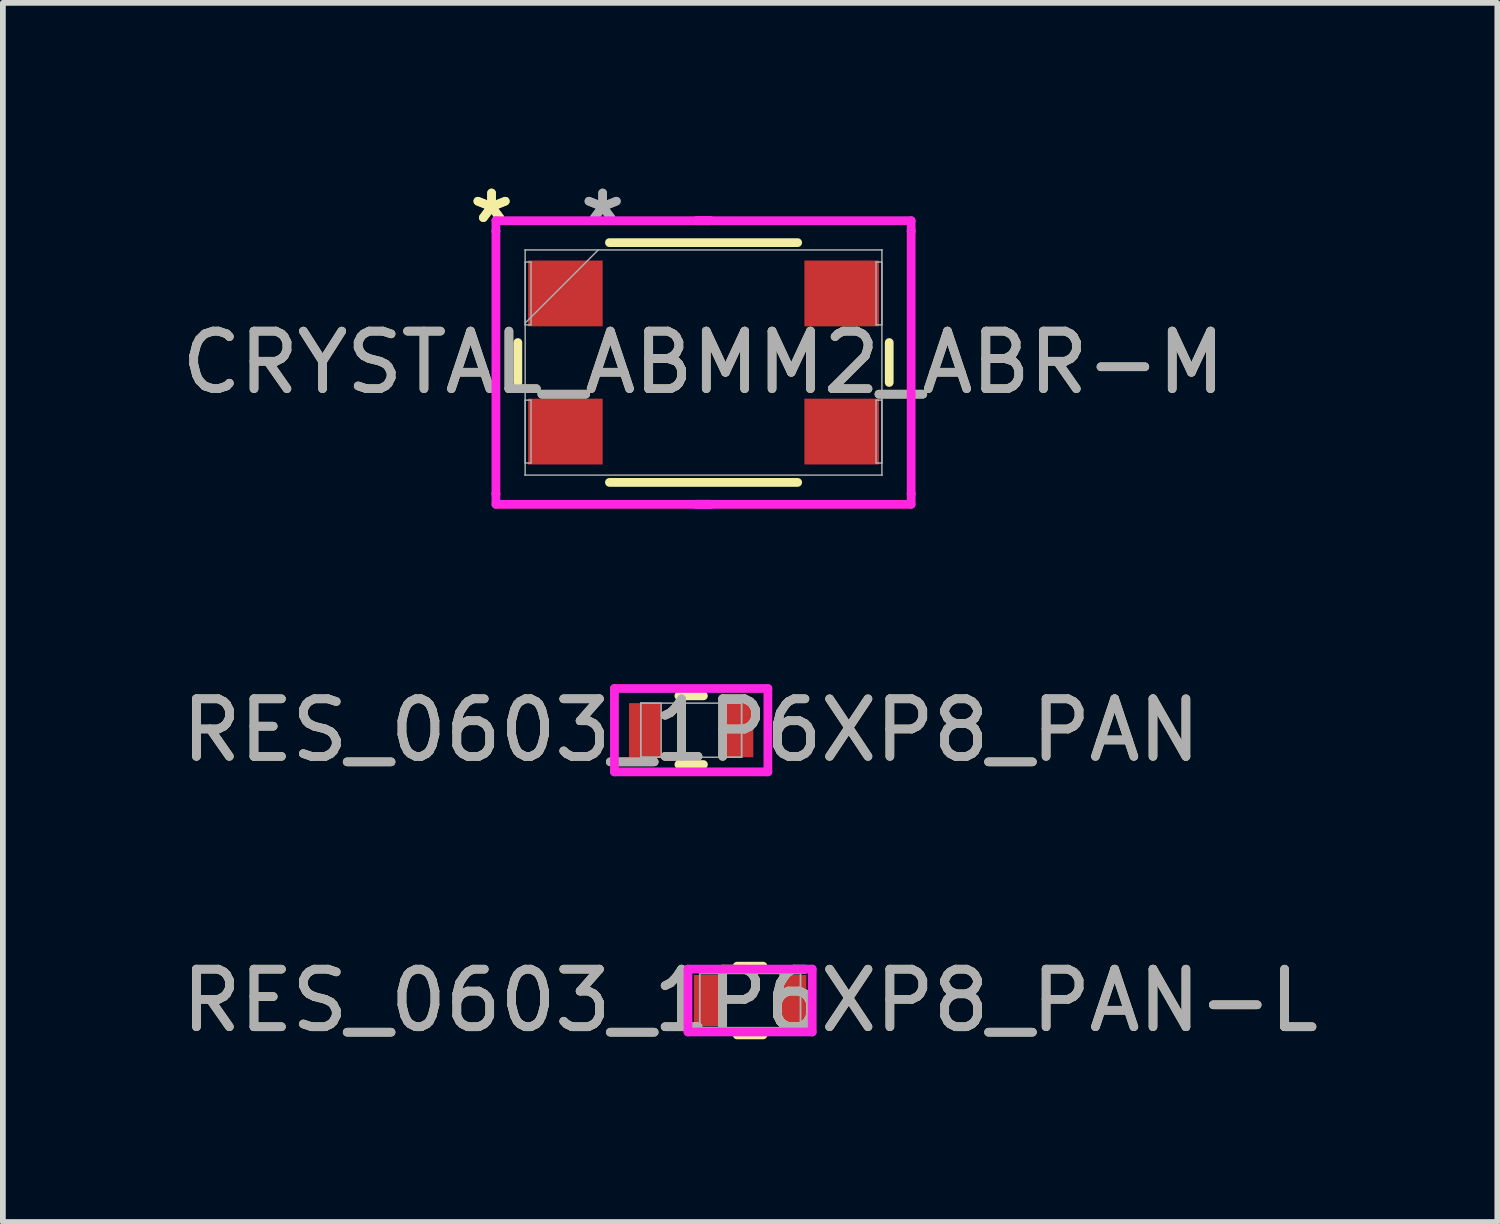
<source format=kicad_pcb>
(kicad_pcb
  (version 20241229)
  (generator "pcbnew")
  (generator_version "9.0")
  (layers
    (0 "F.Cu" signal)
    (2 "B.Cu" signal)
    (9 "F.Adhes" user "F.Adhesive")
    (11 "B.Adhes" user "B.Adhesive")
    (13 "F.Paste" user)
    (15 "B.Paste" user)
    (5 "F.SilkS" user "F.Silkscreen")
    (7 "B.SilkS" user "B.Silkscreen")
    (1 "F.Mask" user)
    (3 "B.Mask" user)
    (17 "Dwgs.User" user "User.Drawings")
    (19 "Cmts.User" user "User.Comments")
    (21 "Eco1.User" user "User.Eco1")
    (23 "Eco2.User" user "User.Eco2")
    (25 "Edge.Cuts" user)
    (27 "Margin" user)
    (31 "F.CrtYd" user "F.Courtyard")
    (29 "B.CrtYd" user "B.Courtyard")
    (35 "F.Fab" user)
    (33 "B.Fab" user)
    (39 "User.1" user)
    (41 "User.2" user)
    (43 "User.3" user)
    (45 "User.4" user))
  (footprint "RES_0603_1P6XP8_PAN"
    (layer "F.Cu")
    (at 8.958 9.636)
    (property "Reference" "RES_0603_1P6XP8_PAN" (at 0 0 0) (unlocked yes) (layer "F.SilkS") (effects (font (size 1 1) (thickness 0.15))))
    (attr smd)
    (fp_line (start -0.213 0.597) (end 0.213 0.597) (stroke (width 0.152) (type solid)) (layer "F.SilkS"))
    (fp_line (start 0.213 -0.597) (end -0.213 -0.597) (stroke (width 0.152) (type solid)) (layer "F.SilkS"))
    (fp_line (start -1.333 -0.724) (end 1.333 -0.724) (stroke (width 0.152) (type solid)) (layer "F.CrtYd"))
    (fp_line (start -1.333 0.724) (end -1.333 -0.724) (stroke (width 0.152) (type solid)) (layer "F.CrtYd"))
    (fp_line (start 1.333 -0.724) (end 1.333 0.724) (stroke (width 0.152) (type solid)) (layer "F.CrtYd"))
    (fp_line (start 1.333 0.724) (end -1.333 0.724) (stroke (width 0.152) (type solid)) (layer "F.CrtYd"))
    (fp_line (start -0.876 -0.47) (end -0.876 0.47) (stroke (width 0.025) (type solid)) (layer "F.Fab"))
    (fp_line (start -0.876 -0.47) (end -0.876 0.47) (stroke (width 0.025) (type solid)) (layer "F.Fab"))
    (fp_line (start -0.876 0.47) (end -0.521 0.47) (stroke (width 0.025) (type solid)) (layer "F.Fab"))
    (fp_line (start -0.876 0.47) (end 0.876 0.47) (stroke (width 0.025) (type solid)) (layer "F.Fab"))
    (fp_line (start -0.521 -0.47) (end -0.876 -0.47) (stroke (width 0.025) (type solid)) (layer "F.Fab"))
    (fp_line (start -0.521 0.47) (end -0.521 -0.47) (stroke (width 0.025) (type solid)) (layer "F.Fab"))
    (fp_line (start 0.521 -0.47) (end 0.521 0.47) (stroke (width 0.025) (type solid)) (layer "F.Fab"))
    (fp_line (start 0.521 0.47) (end 0.876 0.47) (stroke (width 0.025) (type solid)) (layer "F.Fab"))
    (fp_line (start 0.876 -0.47) (end -0.876 -0.47) (stroke (width 0.025) (type solid)) (layer "F.Fab"))
    (fp_line (start 0.876 -0.47) (end 0.521 -0.47) (stroke (width 0.025) (type solid)) (layer "F.Fab"))
    (fp_line (start 0.876 0.47) (end 0.876 -0.47) (stroke (width 0.025) (type solid)) (layer "F.Fab"))
    (fp_line (start 0.876 0.47) (end 0.876 -0.47) (stroke (width 0.025) (type solid)) (layer "F.Fab"))
    (fp_text user "${REFERENCE}" (at 0 0 0) (unlocked yes) (layer "F.Fab") (effects (font (size 1 1) (thickness 0.15))))
    (pad "1" smd rect (at -0.8 0) (size 0.559 0.94) (layers "F.Cu" "F.Mask" "F.Paste"))
    (pad "2" smd rect (at 0.8 0) (size 0.559 0.94) (layers "F.Cu" "F.Mask" "F.Paste"))
    (zone (net_name "") (layer "F.Cu") (hatch full 0.508) (connect_pads) (min_thickness 0.254) (filled_areas_thickness no) (keepout (tracks not_allowed) (vias not_allowed) (pads allowed) (copperpour not_allowed) (footprints allowed)) (placement (enabled no)) (fill) (polygon (pts (xy 8.488 9.217) (xy 9.428 9.217) (xy 9.428 10.056) (xy 8.488 10.056)))))
  (footprint "RES_0603_1P6XP8_PAN-L"
    (layer "F.Cu")
    (at 9.982 14.333)
    (property "Reference" "RES_0603_1P6XP8_PAN-L" (at 0 0 0) (unlocked yes) (layer "F.SilkS") (effects (font (size 1 1) (thickness 0.15))))
    (attr smd)
    (fp_line (start -0.225 0.597) (end 0.225 0.597) (stroke (width 0.152) (type solid)) (layer "F.SilkS"))
    (fp_line (start 0.225 -0.597) (end -0.225 -0.597) (stroke (width 0.152) (type solid)) (layer "F.SilkS"))
    (fp_line (start -1.079 -0.546) (end 1.079 -0.546) (stroke (width 0.152) (type solid)) (layer "F.CrtYd"))
    (fp_line (start -1.079 0.546) (end -1.079 -0.546) (stroke (width 0.152) (type solid)) (layer "F.CrtYd"))
    (fp_line (start 1.079 -0.546) (end 1.079 0.546) (stroke (width 0.152) (type solid)) (layer "F.CrtYd"))
    (fp_line (start 1.079 0.546) (end -1.079 0.546) (stroke (width 0.152) (type solid)) (layer "F.CrtYd"))
    (fp_line (start -0.876 -0.47) (end -0.876 0.47) (stroke (width 0.025) (type solid)) (layer "F.Fab"))
    (fp_line (start -0.876 -0.47) (end -0.876 0.47) (stroke (width 0.025) (type solid)) (layer "F.Fab"))
    (fp_line (start -0.876 0.47) (end -0.521 0.47) (stroke (width 0.025) (type solid)) (layer "F.Fab"))
    (fp_line (start -0.876 0.47) (end 0.876 0.47) (stroke (width 0.025) (type solid)) (layer "F.Fab"))
    (fp_line (start -0.521 -0.47) (end -0.876 -0.47) (stroke (width 0.025) (type solid)) (layer "F.Fab"))
    (fp_line (start -0.521 0.47) (end -0.521 -0.47) (stroke (width 0.025) (type solid)) (layer "F.Fab"))
    (fp_line (start 0.521 -0.47) (end 0.521 0.47) (stroke (width 0.025) (type solid)) (layer "F.Fab"))
    (fp_line (start 0.521 0.47) (end 0.876 0.47) (stroke (width 0.025) (type solid)) (layer "F.Fab"))
    (fp_line (start 0.876 -0.47) (end -0.876 -0.47) (stroke (width 0.025) (type solid)) (layer "F.Fab"))
    (fp_line (start 0.876 -0.47) (end 0.521 -0.47) (stroke (width 0.025) (type solid)) (layer "F.Fab"))
    (fp_line (start 0.876 0.47) (end 0.876 -0.47) (stroke (width 0.025) (type solid)) (layer "F.Fab"))
    (fp_line (start 0.876 0.47) (end 0.876 -0.47) (stroke (width 0.025) (type solid)) (layer "F.Fab"))
    (fp_text user "${REFERENCE}" (at 0 0 0) (unlocked yes) (layer "F.Fab") (effects (font (size 1 1) (thickness 0.15))))
    (pad "1" smd rect (at -0.749 0) (size 0.457 0.889) (layers "F.Cu" "F.Mask" "F.Paste"))
    (pad "2" smd rect (at 0.749 0) (size 0.457 0.889) (layers "F.Cu" "F.Mask" "F.Paste"))
    (zone (net_name "") (layer "F.Cu") (hatch full 0.508) (connect_pads) (min_thickness 0.254) (filled_areas_thickness no) (keepout (tracks not_allowed) (vias not_allowed) (pads allowed) (copperpour not_allowed) (footprints allowed)) (placement (enabled no)) (fill) (polygon (pts (xy 9.512 13.914) (xy 10.452 13.914) (xy 10.452 14.752) (xy 9.512 14.752)))))
  (footprint "CRYSTAL_ABMM2_ABR-M"
    (layer "F.Cu")
    (at 9.173 3.248)
    (property "Reference" "CRYSTAL_ABMM2_ABR-M" (at 0 0 0) (unlocked yes) (layer "F.SilkS") (effects (font (size 1 1) (thickness 0.15))))
    (attr smd)
    (fp_line (start -3.226 -0.347) (end -3.226 0.347) (stroke (width 0.152) (type solid)) (layer "F.SilkS"))
    (fp_line (start -1.635 2.083) (end 1.635 2.083) (stroke (width 0.152) (type solid)) (layer "F.SilkS"))
    (fp_line (start 1.635 -2.083) (end -1.635 -2.083) (stroke (width 0.152) (type solid)) (layer "F.SilkS"))
    (fp_line (start 3.226 0.347) (end 3.226 -0.347) (stroke (width 0.152) (type solid)) (layer "F.SilkS"))
    (fp_line (start -3.607 -2.464) (end 0.12 -2.464) (stroke (width 0.152) (type solid)) (layer "F.CrtYd"))
    (fp_line (start -3.607 -2.28) (end -3.607 -2.464) (stroke (width 0.152) (type solid)) (layer "F.CrtYd"))
    (fp_line (start -3.607 -2.28) (end -3.607 -2.28) (stroke (width 0.152) (type solid)) (layer "F.CrtYd"))
    (fp_line (start -3.607 2.28) (end -3.607 -2.28) (stroke (width 0.152) (type solid)) (layer "F.CrtYd"))
    (fp_line (start -3.607 2.28) (end -3.607 2.28) (stroke (width 0.152) (type solid)) (layer "F.CrtYd"))
    (fp_line (start -3.607 2.464) (end -3.607 2.28) (stroke (width 0.152) (type solid)) (layer "F.CrtYd"))
    (fp_line (start -0.12 -2.464) (end -0.12 -2.464) (stroke (width 0.152) (type solid)) (layer "F.CrtYd"))
    (fp_line (start -0.12 -2.464) (end 3.607 -2.464) (stroke (width 0.152) (type solid)) (layer "F.CrtYd"))
    (fp_line (start -0.12 2.464) (end -0.12 2.464) (stroke (width 0.152) (type solid)) (layer "F.CrtYd"))
    (fp_line (start -0.12 2.464) (end 0.12 2.464) (stroke (width 0.152) (type solid)) (layer "F.CrtYd"))
    (fp_line (start 0.12 -2.464) (end -0.12 -2.464) (stroke (width 0.152) (type solid)) (layer "F.CrtYd"))
    (fp_line (start 0.12 -2.464) (end 0.12 -2.464) (stroke (width 0.152) (type solid)) (layer "F.CrtYd"))
    (fp_line (start 0.12 2.464) (end -3.607 2.464) (stroke (width 0.152) (type solid)) (layer "F.CrtYd"))
    (fp_line (start 0.12 2.464) (end 0.12 2.464) (stroke (width 0.152) (type solid)) (layer "F.CrtYd"))
    (fp_line (start 3.607 -2.464) (end 3.607 -2.28) (stroke (width 0.152) (type solid)) (layer "F.CrtYd"))
    (fp_line (start 3.607 -2.28) (end 3.607 -2.28) (stroke (width 0.152) (type solid)) (layer "F.CrtYd"))
    (fp_line (start 3.607 -2.28) (end 3.607 2.28) (stroke (width 0.152) (type solid)) (layer "F.CrtYd"))
    (fp_line (start 3.607 2.28) (end 3.607 2.28) (stroke (width 0.152) (type solid)) (layer "F.CrtYd"))
    (fp_line (start 3.607 2.28) (end 3.607 2.464) (stroke (width 0.152) (type solid)) (layer "F.CrtYd"))
    (fp_line (start 3.607 2.464) (end -0.12 2.464) (stroke (width 0.152) (type solid)) (layer "F.CrtYd"))
    (fp_line (start -3.099 -1.956) (end -3.099 -1.956) (stroke (width 0.025) (type solid)) (layer "F.Fab"))
    (fp_line (start -3.099 -1.956) (end -3.099 1.956) (stroke (width 0.025) (type solid)) (layer "F.Fab"))
    (fp_line (start -3.099 -1.746) (end -2.997 -1.746) (stroke (width 0.025) (type solid)) (layer "F.Fab"))
    (fp_line (start -3.099 -0.686) (end -1.829 -1.956) (stroke (width 0.025) (type solid)) (layer "F.Fab"))
    (fp_line (start -3.099 -0.654) (end -3.099 -1.746) (stroke (width 0.025) (type solid)) (layer "F.Fab"))
    (fp_line (start -3.099 0.654) (end -2.997 0.654) (stroke (width 0.025) (type solid)) (layer "F.Fab"))
    (fp_line (start -3.099 1.746) (end -3.099 0.654) (stroke (width 0.025) (type solid)) (layer "F.Fab"))
    (fp_line (start -3.099 1.956) (end -3.099 1.956) (stroke (width 0.025) (type solid)) (layer "F.Fab"))
    (fp_line (start -3.099 1.956) (end 3.099 1.956) (stroke (width 0.025) (type solid)) (layer "F.Fab"))
    (fp_line (start -2.997 -1.746) (end -2.997 -0.654) (stroke (width 0.025) (type solid)) (layer "F.Fab"))
    (fp_line (start -2.997 -0.654) (end -3.099 -0.654) (stroke (width 0.025) (type solid)) (layer "F.Fab"))
    (fp_line (start -2.997 0.654) (end -2.997 1.746) (stroke (width 0.025) (type solid)) (layer "F.Fab"))
    (fp_line (start -2.997 1.746) (end -3.099 1.746) (stroke (width 0.025) (type solid)) (layer "F.Fab"))
    (fp_line (start 2.997 -1.746) (end 3.099 -1.746) (stroke (width 0.025) (type solid)) (layer "F.Fab"))
    (fp_line (start 2.997 -0.654) (end 2.997 -1.746) (stroke (width 0.025) (type solid)) (layer "F.Fab"))
    (fp_line (start 2.997 0.654) (end 3.099 0.654) (stroke (width 0.025) (type solid)) (layer "F.Fab"))
    (fp_line (start 2.997 1.746) (end 2.997 0.654) (stroke (width 0.025) (type solid)) (layer "F.Fab"))
    (fp_line (start 3.099 -1.956) (end -3.099 -1.956) (stroke (width 0.025) (type solid)) (layer "F.Fab"))
    (fp_line (start 3.099 -1.956) (end 3.099 -1.956) (stroke (width 0.025) (type solid)) (layer "F.Fab"))
    (fp_line (start 3.099 -1.746) (end 3.099 -0.654) (stroke (width 0.025) (type solid)) (layer "F.Fab"))
    (fp_line (start 3.099 -0.654) (end 2.997 -0.654) (stroke (width 0.025) (type solid)) (layer "F.Fab"))
    (fp_line (start 3.099 0.654) (end 3.099 1.746) (stroke (width 0.025) (type solid)) (layer "F.Fab"))
    (fp_line (start 3.099 1.746) (end 2.997 1.746) (stroke (width 0.025) (type solid)) (layer "F.Fab"))
    (fp_line (start 3.099 1.956) (end 3.099 -1.956) (stroke (width 0.025) (type solid)) (layer "F.Fab"))
    (fp_line (start 3.099 1.956) (end 3.099 1.956) (stroke (width 0.025) (type solid)) (layer "F.Fab"))
    (fp_text user "*" (at -3.683 -2.4 0) (layer "F.SilkS") (effects (font (size 1 1) (thickness 0.15))))
    (fp_text user "*" (at -3.683 -2.4 0) (unlocked yes) (layer "F.SilkS") (effects (font (size 1 1) (thickness 0.15))))
    (fp_text user "${REFERENCE}" (at 0 0 0) (unlocked yes) (layer "F.Fab") (effects (font (size 1 1) (thickness 0.15))))
    (fp_text user "*" (at -1.753 -2.4 0) (layer "F.Fab") (effects (font (size 1 1) (thickness 0.15))))
    (fp_text user "*" (at -1.753 -2.4 0) (unlocked yes) (layer "F.Fab") (effects (font (size 1 1) (thickness 0.15))))
    (pad "1" smd rect (at -2.4 -1.2 90) (size 1.143 1.295) (layers "F.Cu" "F.Mask" "F.Paste"))
    (pad "2" smd rect (at -2.4 1.2 90) (size 1.143 1.295) (layers "F.Cu" "F.Mask" "F.Paste"))
    (pad "3" smd rect (at 2.4 1.2 90) (size 1.143 1.295) (layers "F.Cu" "F.Mask" "F.Paste"))
    (pad "4" smd rect (at 2.4 -1.2 90) (size 1.143 1.295) (layers "F.Cu" "F.Mask" "F.Paste")))
  (gr_rect
    (start -3 -3)
    (end 22.964 18.181)
    (stroke (width 0.1) (type default))
    (fill no)
    (layer "Edge.Cuts")))
</source>
